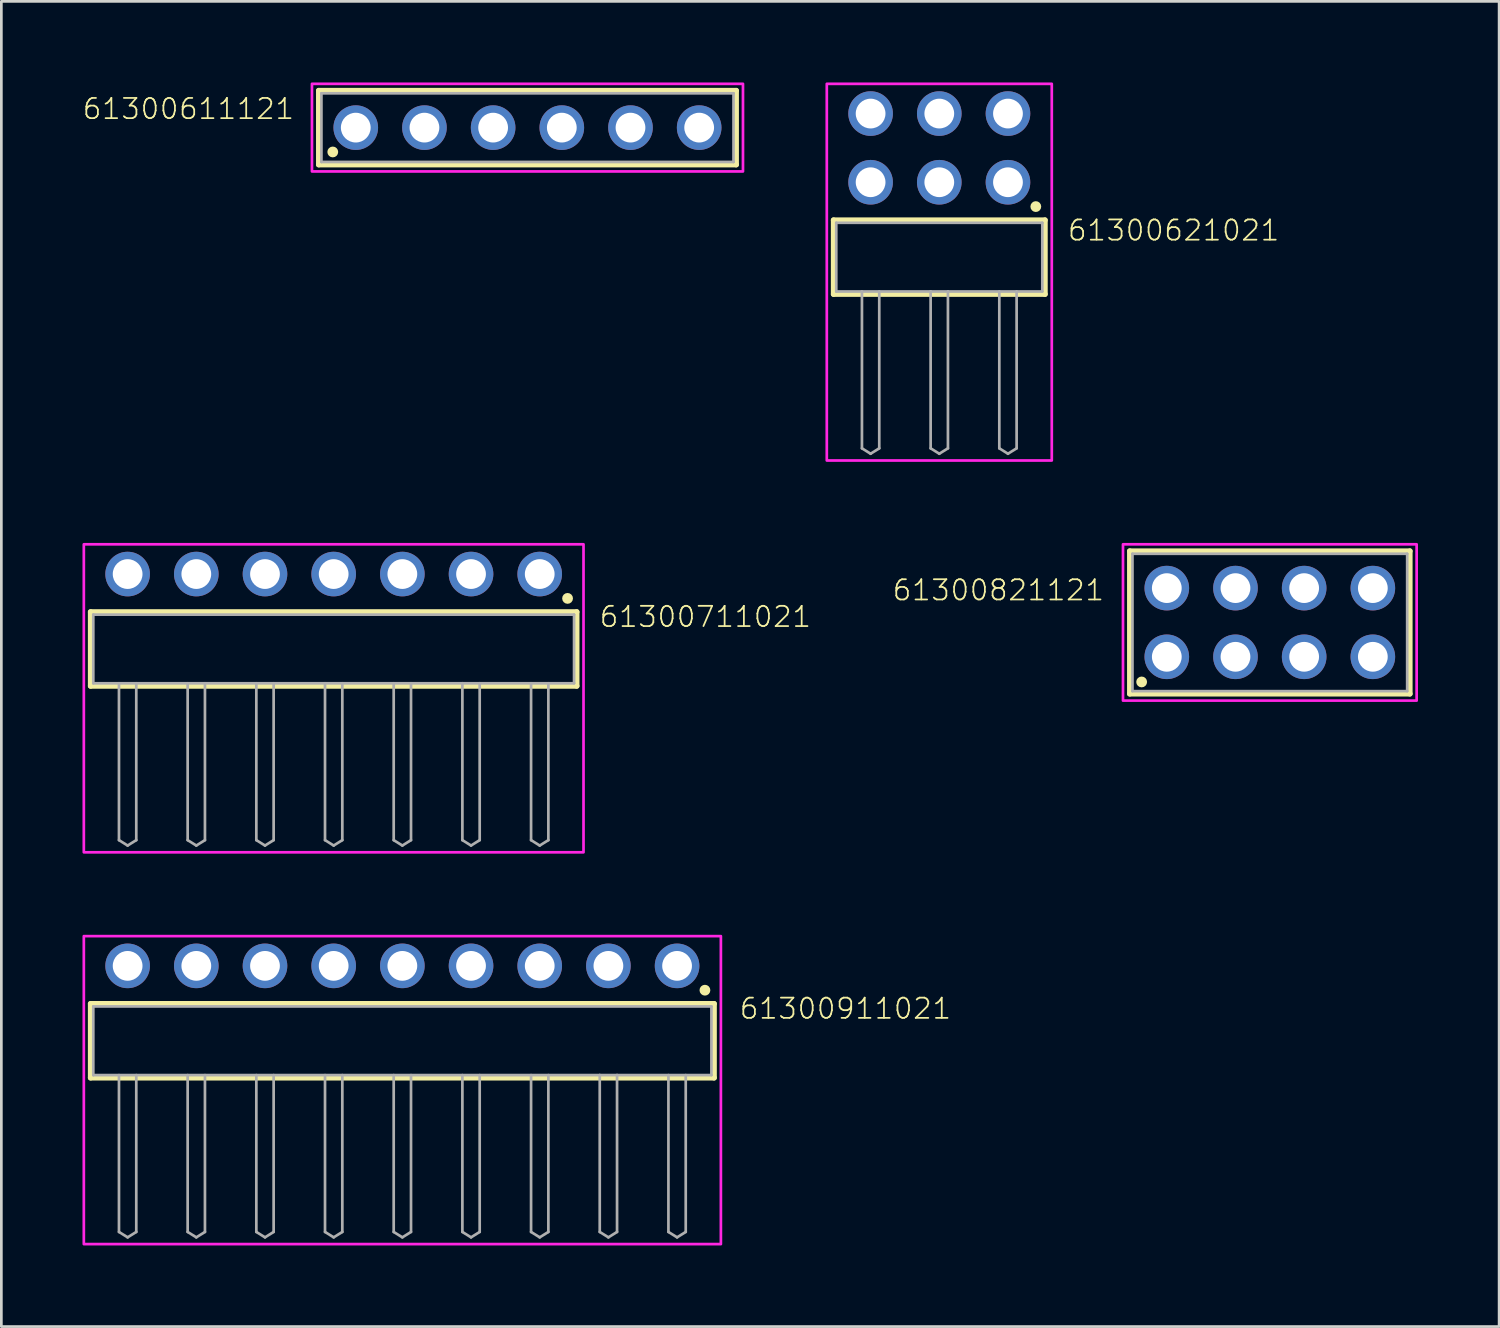
<source format=kicad_pcb>
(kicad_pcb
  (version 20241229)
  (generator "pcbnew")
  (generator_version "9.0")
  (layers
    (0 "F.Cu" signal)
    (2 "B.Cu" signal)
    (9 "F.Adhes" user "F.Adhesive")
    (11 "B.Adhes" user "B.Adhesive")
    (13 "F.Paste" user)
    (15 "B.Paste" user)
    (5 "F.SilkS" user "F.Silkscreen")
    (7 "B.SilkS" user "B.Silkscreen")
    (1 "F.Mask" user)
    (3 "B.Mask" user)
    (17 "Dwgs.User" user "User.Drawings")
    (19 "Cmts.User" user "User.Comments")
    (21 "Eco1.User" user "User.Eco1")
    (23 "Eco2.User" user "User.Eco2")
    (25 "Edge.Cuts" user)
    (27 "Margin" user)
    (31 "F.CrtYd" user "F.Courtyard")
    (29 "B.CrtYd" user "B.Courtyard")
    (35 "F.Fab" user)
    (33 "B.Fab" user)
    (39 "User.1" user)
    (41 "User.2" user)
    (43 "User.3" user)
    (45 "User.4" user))
  (footprint "61300911021"
    (layer "F.Cu")
    (at 11.83 35.44)
    (property "Reference" "61300911021" (at 12.425 -0.752 0) (unlocked yes) (layer "F.SilkS") (effects (font (size 0.748 0.748) (thickness 0.065)) (justify left bottom)))
    (fp_line (start -11.53 -1.37) (end 11.53 -1.37) (stroke (width 0.2) (type solid)) (layer "F.SilkS"))
    (fp_line (start -11.53 1.37) (end -11.53 -1.37) (stroke (width 0.2) (type solid)) (layer "F.SilkS"))
    (fp_line (start 11.53 -1.37) (end 11.53 1.37) (stroke (width 0.2) (type solid)) (layer "F.SilkS"))
    (fp_line (start 11.53 1.37) (end -11.53 1.37) (stroke (width 0.2) (type solid)) (layer "F.SilkS"))
    (fp_circle (center 11.19 -1.87) (end 11.29 -1.87) (stroke (width 0.2) (type solid)) (fill no) (layer "F.SilkS"))
    (fp_poly (pts (xy 11.78 7.52) (xy -11.78 7.52) (xy -11.78 -3.87) (xy 11.78 -3.87)) (stroke (width 0.1) (type default)) (fill no) (layer "F.CrtYd"))
    (fp_line (start -11.43 -1.27) (end 11.43 -1.27) (stroke (width 0.1) (type solid)) (layer "F.Fab"))
    (fp_line (start -11.43 1.27) (end -11.43 -1.27) (stroke (width 0.1) (type solid)) (layer "F.Fab"))
    (fp_line (start -10.48 1.27) (end -10.48 7.07) (stroke (width 0.1) (type solid)) (layer "F.Fab"))
    (fp_line (start -10.48 7.07) (end -10.16 7.27) (stroke (width 0.1) (type solid)) (layer "F.Fab"))
    (fp_line (start -10.16 7.27) (end -9.84 7.07) (stroke (width 0.1) (type solid)) (layer "F.Fab"))
    (fp_line (start -9.84 1.27) (end -9.84 7.07) (stroke (width 0.1) (type solid)) (layer "F.Fab"))
    (fp_line (start -7.94 1.27) (end -7.94 7.07) (stroke (width 0.1) (type solid)) (layer "F.Fab"))
    (fp_line (start -7.94 7.07) (end -7.62 7.27) (stroke (width 0.1) (type solid)) (layer "F.Fab"))
    (fp_line (start -7.62 7.27) (end -7.3 7.07) (stroke (width 0.1) (type solid)) (layer "F.Fab"))
    (fp_line (start -7.3 1.27) (end -7.3 7.07) (stroke (width 0.1) (type solid)) (layer "F.Fab"))
    (fp_line (start -5.4 1.27) (end -5.4 7.07) (stroke (width 0.1) (type solid)) (layer "F.Fab"))
    (fp_line (start -5.4 7.07) (end -5.08 7.27) (stroke (width 0.1) (type solid)) (layer "F.Fab"))
    (fp_line (start -5.08 7.27) (end -4.76 7.07) (stroke (width 0.1) (type solid)) (layer "F.Fab"))
    (fp_line (start -4.76 1.27) (end -4.76 7.07) (stroke (width 0.1) (type solid)) (layer "F.Fab"))
    (fp_line (start -2.86 1.27) (end -2.86 7.07) (stroke (width 0.1) (type solid)) (layer "F.Fab"))
    (fp_line (start -2.86 7.07) (end -2.54 7.27) (stroke (width 0.1) (type solid)) (layer "F.Fab"))
    (fp_line (start -2.54 7.27) (end -2.22 7.07) (stroke (width 0.1) (type solid)) (layer "F.Fab"))
    (fp_line (start -2.22 1.27) (end -2.22 7.07) (stroke (width 0.1) (type solid)) (layer "F.Fab"))
    (fp_line (start -0.32 1.27) (end -0.32 7.07) (stroke (width 0.1) (type solid)) (layer "F.Fab"))
    (fp_line (start -0.32 7.07) (end 0 7.27) (stroke (width 0.1) (type solid)) (layer "F.Fab"))
    (fp_line (start 0 7.27) (end 0.32 7.07) (stroke (width 0.1) (type solid)) (layer "F.Fab"))
    (fp_line (start 0.32 1.27) (end 0.32 7.07) (stroke (width 0.1) (type solid)) (layer "F.Fab"))
    (fp_line (start 2.22 1.27) (end 2.22 7.07) (stroke (width 0.1) (type solid)) (layer "F.Fab"))
    (fp_line (start 2.22 7.07) (end 2.54 7.27) (stroke (width 0.1) (type solid)) (layer "F.Fab"))
    (fp_line (start 2.54 7.27) (end 2.86 7.07) (stroke (width 0.1) (type solid)) (layer "F.Fab"))
    (fp_line (start 2.86 1.27) (end 2.86 7.07) (stroke (width 0.1) (type solid)) (layer "F.Fab"))
    (fp_line (start 4.76 1.27) (end 4.76 7.07) (stroke (width 0.1) (type solid)) (layer "F.Fab"))
    (fp_line (start 4.76 7.07) (end 5.08 7.27) (stroke (width 0.1) (type solid)) (layer "F.Fab"))
    (fp_line (start 5.08 7.27) (end 5.4 7.07) (stroke (width 0.1) (type solid)) (layer "F.Fab"))
    (fp_line (start 5.4 1.27) (end 5.4 7.07) (stroke (width 0.1) (type solid)) (layer "F.Fab"))
    (fp_line (start 7.3 1.27) (end -11.43 1.27) (stroke (width 0.1) (type solid)) (layer "F.Fab"))
    (fp_line (start 7.3 1.27) (end 7.3 7.07) (stroke (width 0.1) (type solid)) (layer "F.Fab"))
    (fp_line (start 7.3 7.07) (end 7.62 7.27) (stroke (width 0.1) (type solid)) (layer "F.Fab"))
    (fp_line (start 7.62 7.27) (end 7.94 7.07) (stroke (width 0.1) (type solid)) (layer "F.Fab"))
    (fp_line (start 7.94 1.27) (end 7.3 1.27) (stroke (width 0.1) (type solid)) (layer "F.Fab"))
    (fp_line (start 7.94 1.27) (end 7.94 7.07) (stroke (width 0.1) (type solid)) (layer "F.Fab"))
    (fp_line (start 9.84 1.27) (end 9.84 7.07) (stroke (width 0.1) (type solid)) (layer "F.Fab"))
    (fp_line (start 9.84 7.07) (end 10.16 7.27) (stroke (width 0.1) (type solid)) (layer "F.Fab"))
    (fp_line (start 10.16 7.27) (end 10.48 7.07) (stroke (width 0.1) (type solid)) (layer "F.Fab"))
    (fp_line (start 10.48 1.27) (end 10.48 7.07) (stroke (width 0.1) (type solid)) (layer "F.Fab"))
    (fp_line (start 11.43 -1.27) (end 11.43 1.27) (stroke (width 0.1) (type solid)) (layer "F.Fab"))
    (fp_line (start 11.43 1.27) (end 7.94 1.27) (stroke (width 0.1) (type solid)) (layer "F.Fab"))
    (pad "1" thru_hole circle (at 10.16 -2.77 180) (size 1.65 1.65) (drill 1.1) (layers "*.Cu" "*.Mask"))
    (pad "2" thru_hole circle (at 7.62 -2.77 180) (size 1.65 1.65) (drill 1.1) (layers "*.Cu" "*.Mask"))
    (pad "3" thru_hole circle (at 5.08 -2.77 180) (size 1.65 1.65) (drill 1.1) (layers "*.Cu" "*.Mask"))
    (pad "4" thru_hole circle (at 2.54 -2.77 180) (size 1.65 1.65) (drill 1.1) (layers "*.Cu" "*.Mask"))
    (pad "5" thru_hole circle (at 0 -2.77 180) (size 1.65 1.65) (drill 1.1) (layers "*.Cu" "*.Mask"))
    (pad "6" thru_hole circle (at -2.54 -2.77 180) (size 1.65 1.65) (drill 1.1) (layers "*.Cu" "*.Mask"))
    (pad "7" thru_hole circle (at -5.08 -2.77 180) (size 1.65 1.65) (drill 1.1) (layers "*.Cu" "*.Mask"))
    (pad "8" thru_hole circle (at -7.62 -2.77 180) (size 1.65 1.65) (drill 1.1) (layers "*.Cu" "*.Mask"))
    (pad "9" thru_hole circle (at -10.16 -2.77 180) (size 1.65 1.65) (drill 1.1) (layers "*.Cu" "*.Mask")))
  (footprint "61300711021"
    (layer "F.Cu")
    (at 9.29 20.95)
    (property "Reference" "61300711021" (at 9.785 -0.752 0) (unlocked yes) (layer "F.SilkS") (effects (font (size 0.748 0.748) (thickness 0.065)) (justify left bottom)))
    (fp_line (start -8.99 -1.37) (end 8.99 -1.37) (stroke (width 0.2) (type solid)) (layer "F.SilkS"))
    (fp_line (start -8.99 1.37) (end -8.99 -1.37) (stroke (width 0.2) (type solid)) (layer "F.SilkS"))
    (fp_line (start 8.99 -1.37) (end 8.99 1.37) (stroke (width 0.2) (type solid)) (layer "F.SilkS"))
    (fp_line (start 8.99 1.37) (end -8.99 1.37) (stroke (width 0.2) (type solid)) (layer "F.SilkS"))
    (fp_circle (center 8.65 -1.87) (end 8.75 -1.87) (stroke (width 0.2) (type solid)) (fill no) (layer "F.SilkS"))
    (fp_poly (pts (xy 9.24 7.52) (xy -9.24 7.52) (xy -9.24 -3.87) (xy 9.24 -3.87)) (stroke (width 0.1) (type default)) (fill no) (layer "F.CrtYd"))
    (fp_line (start -8.89 -1.27) (end 8.89 -1.27) (stroke (width 0.1) (type solid)) (layer "F.Fab"))
    (fp_line (start -8.89 1.27) (end -8.89 -1.27) (stroke (width 0.1) (type solid)) (layer "F.Fab"))
    (fp_line (start -7.94 1.27) (end -7.94 7.07) (stroke (width 0.1) (type solid)) (layer "F.Fab"))
    (fp_line (start -7.94 7.07) (end -7.62 7.27) (stroke (width 0.1) (type solid)) (layer "F.Fab"))
    (fp_line (start -7.62 7.27) (end -7.3 7.07) (stroke (width 0.1) (type solid)) (layer "F.Fab"))
    (fp_line (start -7.3 1.27) (end -7.3 7.07) (stroke (width 0.1) (type solid)) (layer "F.Fab"))
    (fp_line (start -5.4 1.27) (end -5.4 7.07) (stroke (width 0.1) (type solid)) (layer "F.Fab"))
    (fp_line (start -5.4 7.07) (end -5.08 7.27) (stroke (width 0.1) (type solid)) (layer "F.Fab"))
    (fp_line (start -5.08 7.27) (end -4.76 7.07) (stroke (width 0.1) (type solid)) (layer "F.Fab"))
    (fp_line (start -4.76 1.27) (end -4.76 7.07) (stroke (width 0.1) (type solid)) (layer "F.Fab"))
    (fp_line (start -2.86 1.27) (end -2.86 7.07) (stroke (width 0.1) (type solid)) (layer "F.Fab"))
    (fp_line (start -2.86 7.07) (end -2.54 7.27) (stroke (width 0.1) (type solid)) (layer "F.Fab"))
    (fp_line (start -2.54 7.27) (end -2.22 7.07) (stroke (width 0.1) (type solid)) (layer "F.Fab"))
    (fp_line (start -2.22 1.27) (end -2.22 7.07) (stroke (width 0.1) (type solid)) (layer "F.Fab"))
    (fp_line (start -0.32 1.27) (end -0.32 7.07) (stroke (width 0.1) (type solid)) (layer "F.Fab"))
    (fp_line (start -0.32 7.07) (end 0 7.27) (stroke (width 0.1) (type solid)) (layer "F.Fab"))
    (fp_line (start 0 7.27) (end 0.32 7.07) (stroke (width 0.1) (type solid)) (layer "F.Fab"))
    (fp_line (start 0.32 1.27) (end 0.32 7.07) (stroke (width 0.1) (type solid)) (layer "F.Fab"))
    (fp_line (start 2.22 1.27) (end 2.22 7.07) (stroke (width 0.1) (type solid)) (layer "F.Fab"))
    (fp_line (start 2.22 7.07) (end 2.54 7.27) (stroke (width 0.1) (type solid)) (layer "F.Fab"))
    (fp_line (start 2.54 7.27) (end 2.86 7.07) (stroke (width 0.1) (type solid)) (layer "F.Fab"))
    (fp_line (start 2.86 1.27) (end 2.86 7.07) (stroke (width 0.1) (type solid)) (layer "F.Fab"))
    (fp_line (start 4.76 1.27) (end -8.89 1.27) (stroke (width 0.1) (type solid)) (layer "F.Fab"))
    (fp_line (start 4.76 1.27) (end 4.76 7.07) (stroke (width 0.1) (type solid)) (layer "F.Fab"))
    (fp_line (start 4.76 7.07) (end 5.08 7.27) (stroke (width 0.1) (type solid)) (layer "F.Fab"))
    (fp_line (start 5.08 7.27) (end 5.4 7.07) (stroke (width 0.1) (type solid)) (layer "F.Fab"))
    (fp_line (start 5.4 1.27) (end 4.76 1.27) (stroke (width 0.1) (type solid)) (layer "F.Fab"))
    (fp_line (start 5.4 1.27) (end 5.4 7.07) (stroke (width 0.1) (type solid)) (layer "F.Fab"))
    (fp_line (start 7.3 1.27) (end 7.3 7.07) (stroke (width 0.1) (type solid)) (layer "F.Fab"))
    (fp_line (start 7.3 7.07) (end 7.62 7.27) (stroke (width 0.1) (type solid)) (layer "F.Fab"))
    (fp_line (start 7.62 7.27) (end 7.94 7.07) (stroke (width 0.1) (type solid)) (layer "F.Fab"))
    (fp_line (start 7.94 1.27) (end 7.94 7.07) (stroke (width 0.1) (type solid)) (layer "F.Fab"))
    (fp_line (start 8.89 -1.27) (end 8.89 1.27) (stroke (width 0.1) (type solid)) (layer "F.Fab"))
    (fp_line (start 8.89 1.27) (end 5.4 1.27) (stroke (width 0.1) (type solid)) (layer "F.Fab"))
    (pad "1" thru_hole circle (at 7.62 -2.77 180) (size 1.65 1.65) (drill 1.1) (layers "*.Cu" "*.Mask"))
    (pad "2" thru_hole circle (at 5.08 -2.77 180) (size 1.65 1.65) (drill 1.1) (layers "*.Cu" "*.Mask"))
    (pad "3" thru_hole circle (at 2.54 -2.77 180) (size 1.65 1.65) (drill 1.1) (layers "*.Cu" "*.Mask"))
    (pad "4" thru_hole circle (at 0 -2.77 180) (size 1.65 1.65) (drill 1.1) (layers "*.Cu" "*.Mask"))
    (pad "5" thru_hole circle (at -2.54 -2.77 180) (size 1.65 1.65) (drill 1.1) (layers "*.Cu" "*.Mask"))
    (pad "6" thru_hole circle (at -5.08 -2.77 180) (size 1.65 1.65) (drill 1.1) (layers "*.Cu" "*.Mask"))
    (pad "7" thru_hole circle (at -7.62 -2.77 180) (size 1.65 1.65) (drill 1.1) (layers "*.Cu" "*.Mask")))
  (footprint "61300621021"
    (layer "F.Cu")
    (at 31.687 6.46)
    (property "Reference" "61300621021" (at 4.705 -0.552 0) (unlocked yes) (layer "F.SilkS") (effects (font (size 0.748 0.748) (thickness 0.065)) (justify left bottom)))
    (fp_line (start -3.91 -1.37) (end 3.91 -1.37) (stroke (width 0.2) (type solid)) (layer "F.SilkS"))
    (fp_line (start -3.91 1.37) (end -3.91 -1.37) (stroke (width 0.2) (type solid)) (layer "F.SilkS"))
    (fp_line (start 3.91 -1.37) (end 3.91 1.37) (stroke (width 0.2) (type solid)) (layer "F.SilkS"))
    (fp_line (start 3.91 1.37) (end -3.91 1.37) (stroke (width 0.2) (type solid)) (layer "F.SilkS"))
    (fp_circle (center 3.57 -1.87) (end 3.67 -1.87) (stroke (width 0.2) (type solid)) (fill no) (layer "F.SilkS"))
    (fp_poly (pts (xy 4.16 7.52) (xy -4.16 7.52) (xy -4.16 -6.41) (xy 4.16 -6.41)) (stroke (width 0.1) (type default)) (fill no) (layer "F.CrtYd"))
    (fp_line (start -3.81 -1.27) (end 3.81 -1.27) (stroke (width 0.1) (type solid)) (layer "F.Fab"))
    (fp_line (start -3.81 1.27) (end -3.81 -1.27) (stroke (width 0.1) (type solid)) (layer "F.Fab"))
    (fp_line (start -2.86 1.27) (end -2.86 7.07) (stroke (width 0.1) (type solid)) (layer "F.Fab"))
    (fp_line (start -2.86 7.07) (end -2.54 7.27) (stroke (width 0.1) (type solid)) (layer "F.Fab"))
    (fp_line (start -2.54 7.27) (end -2.22 7.07) (stroke (width 0.1) (type solid)) (layer "F.Fab"))
    (fp_line (start -2.22 1.27) (end -2.22 7.07) (stroke (width 0.1) (type solid)) (layer "F.Fab"))
    (fp_line (start -0.32 1.27) (end -3.81 1.27) (stroke (width 0.1) (type solid)) (layer "F.Fab"))
    (fp_line (start -0.32 1.27) (end -0.32 7.07) (stroke (width 0.1) (type solid)) (layer "F.Fab"))
    (fp_line (start -0.32 7.07) (end 0 7.27) (stroke (width 0.1) (type solid)) (layer "F.Fab"))
    (fp_line (start 0 7.27) (end 0.32 7.07) (stroke (width 0.1) (type solid)) (layer "F.Fab"))
    (fp_line (start 0.32 1.27) (end -0.32 1.27) (stroke (width 0.1) (type solid)) (layer "F.Fab"))
    (fp_line (start 0.32 1.27) (end 0.32 7.07) (stroke (width 0.1) (type solid)) (layer "F.Fab"))
    (fp_line (start 2.22 1.27) (end 2.22 7.07) (stroke (width 0.1) (type solid)) (layer "F.Fab"))
    (fp_line (start 2.22 7.07) (end 2.54 7.27) (stroke (width 0.1) (type solid)) (layer "F.Fab"))
    (fp_line (start 2.54 7.27) (end 2.86 7.07) (stroke (width 0.1) (type solid)) (layer "F.Fab"))
    (fp_line (start 2.86 1.27) (end 2.86 7.07) (stroke (width 0.1) (type solid)) (layer "F.Fab"))
    (fp_line (start 3.81 -1.27) (end 3.81 1.27) (stroke (width 0.1) (type solid)) (layer "F.Fab"))
    (fp_line (start 3.81 1.27) (end 0.32 1.27) (stroke (width 0.1) (type solid)) (layer "F.Fab"))
    (pad "1" thru_hole circle (at 2.54 -2.77) (size 1.65 1.65) (drill 1.1) (layers "*.Cu" "*.Mask"))
    (pad "2" thru_hole circle (at 2.54 -5.31) (size 1.65 1.65) (drill 1.1) (layers "*.Cu" "*.Mask"))
    (pad "3" thru_hole circle (at 0 -2.77) (size 1.65 1.65) (drill 1.1) (layers "*.Cu" "*.Mask"))
    (pad "4" thru_hole circle (at 0 -5.31) (size 1.65 1.65) (drill 1.1) (layers "*.Cu" "*.Mask"))
    (pad "5" thru_hole circle (at -2.54 -2.77) (size 1.65 1.65) (drill 1.1) (layers "*.Cu" "*.Mask"))
    (pad "6" thru_hole circle (at -2.54 -5.31) (size 1.65 1.65) (drill 1.1) (layers "*.Cu" "*.Mask")))
  (footprint "61300611121"
    (layer "F.Cu")
    (at 16.457 1.67)
    (property "Reference" "61300611121" (at -8.578 -0.256 0) (unlocked yes) (layer "F.SilkS") (effects (font (size 0.748 0.748) (thickness 0.065)) (justify right bottom)))
    (fp_line (start -7.72 -1.37) (end 7.72 -1.37) (stroke (width 0.2) (type solid)) (layer "F.SilkS"))
    (fp_line (start -7.72 1.37) (end -7.72 -1.37) (stroke (width 0.2) (type solid)) (layer "F.SilkS"))
    (fp_line (start 7.72 -1.37) (end 7.72 1.37) (stroke (width 0.2) (type solid)) (layer "F.SilkS"))
    (fp_line (start 7.72 1.37) (end -7.72 1.37) (stroke (width 0.2) (type solid)) (layer "F.SilkS"))
    (fp_circle (center -7.2 0.9) (end -7.1 0.9) (stroke (width 0.2) (type solid)) (fill no) (layer "F.SilkS"))
    (fp_poly (pts (xy 7.97 1.62) (xy -7.97 1.62) (xy -7.97 -1.62) (xy 7.97 -1.62)) (stroke (width 0.1) (type default)) (fill no) (layer "F.CrtYd"))
    (fp_line (start -7.62 -1.27) (end -7.62 1.27) (stroke (width 0.1) (type solid)) (layer "F.Fab"))
    (fp_line (start -7.62 1.27) (end 7.62 1.27) (stroke (width 0.1) (type solid)) (layer "F.Fab"))
    (fp_line (start 7.62 -1.27) (end -7.62 -1.27) (stroke (width 0.1) (type solid)) (layer "F.Fab"))
    (fp_line (start 7.62 1.27) (end 7.62 -1.27) (stroke (width 0.1) (type solid)) (layer "F.Fab"))
    (pad "1" thru_hole circle (at -6.35 0) (size 1.65 1.65) (drill 1.1) (layers "*.Cu" "*.Mask"))
    (pad "2" thru_hole circle (at -3.81 0) (size 1.65 1.65) (drill 1.1) (layers "*.Cu" "*.Mask"))
    (pad "3" thru_hole circle (at -1.27 0) (size 1.65 1.65) (drill 1.1) (layers "*.Cu" "*.Mask"))
    (pad "4" thru_hole circle (at 1.27 0) (size 1.65 1.65) (drill 1.1) (layers "*.Cu" "*.Mask"))
    (pad "5" thru_hole circle (at 3.81 0) (size 1.65 1.65) (drill 1.1) (layers "*.Cu" "*.Mask"))
    (pad "6" thru_hole circle (at 6.35 0) (size 1.65 1.65) (drill 1.1) (layers "*.Cu" "*.Mask")))
  (footprint "61300821121"
    (layer "F.Cu")
    (at 43.911 19.97)
    (property "Reference" "61300821121" (at -6.078 -0.756 0) (unlocked yes) (layer "F.SilkS") (effects (font (size 0.748 0.748) (thickness 0.065)) (justify right bottom)))
    (fp_line (start -5.18 -2.64) (end 5.18 -2.64) (stroke (width 0.2) (type solid)) (layer "F.SilkS"))
    (fp_line (start -5.18 2.64) (end -5.18 -2.64) (stroke (width 0.2) (type solid)) (layer "F.SilkS"))
    (fp_line (start 5.18 -2.64) (end 5.18 2.64) (stroke (width 0.2) (type solid)) (layer "F.SilkS"))
    (fp_line (start 5.18 2.64) (end -5.18 2.64) (stroke (width 0.2) (type solid)) (layer "F.SilkS"))
    (fp_circle (center -4.74 2.2) (end -4.64 2.2) (stroke (width 0.2) (type solid)) (fill no) (layer "F.SilkS"))
    (fp_poly (pts (xy 5.43 2.89) (xy -5.43 2.89) (xy -5.43 -2.89) (xy 5.43 -2.89)) (stroke (width 0.1) (type default)) (fill no) (layer "F.CrtYd"))
    (fp_line (start -5.08 -2.54) (end 5.08 -2.54) (stroke (width 0.1) (type solid)) (layer "F.Fab"))
    (fp_line (start -5.08 2.54) (end -5.08 -2.54) (stroke (width 0.1) (type solid)) (layer "F.Fab"))
    (fp_line (start 5.08 -2.54) (end 5.08 2.54) (stroke (width 0.1) (type solid)) (layer "F.Fab"))
    (fp_line (start 5.08 2.54) (end -5.08 2.54) (stroke (width 0.1) (type solid)) (layer "F.Fab"))
    (pad "1" thru_hole circle (at -3.81 1.27 90) (size 1.65 1.65) (drill 1.1) (layers "*.Cu" "*.Mask"))
    (pad "2" thru_hole circle (at -3.81 -1.27 270) (size 1.65 1.65) (drill 1.1) (layers "*.Cu" "*.Mask"))
    (pad "3" thru_hole circle (at -1.27 1.27 90) (size 1.65 1.65) (drill 1.1) (layers "*.Cu" "*.Mask"))
    (pad "4" thru_hole circle (at -1.27 -1.27 270) (size 1.65 1.65) (drill 1.1) (layers "*.Cu" "*.Mask"))
    (pad "5" thru_hole circle (at 1.27 1.27 90) (size 1.65 1.65) (drill 1.1) (layers "*.Cu" "*.Mask"))
    (pad "6" thru_hole circle (at 1.27 -1.27 270) (size 1.65 1.65) (drill 1.1) (layers "*.Cu" "*.Mask"))
    (pad "7" thru_hole circle (at 3.81 1.27 90) (size 1.65 1.65) (drill 1.1) (layers "*.Cu" "*.Mask"))
    (pad "8" thru_hole circle (at 3.81 -1.27 270) (size 1.65 1.65) (drill 1.1) (layers "*.Cu" "*.Mask")))
  (gr_rect
    (start -3 -3)
    (end 52.391 46.01)
    (stroke (width 0.1) (type default))
    (fill no)
    (layer "Edge.Cuts")))
</source>
